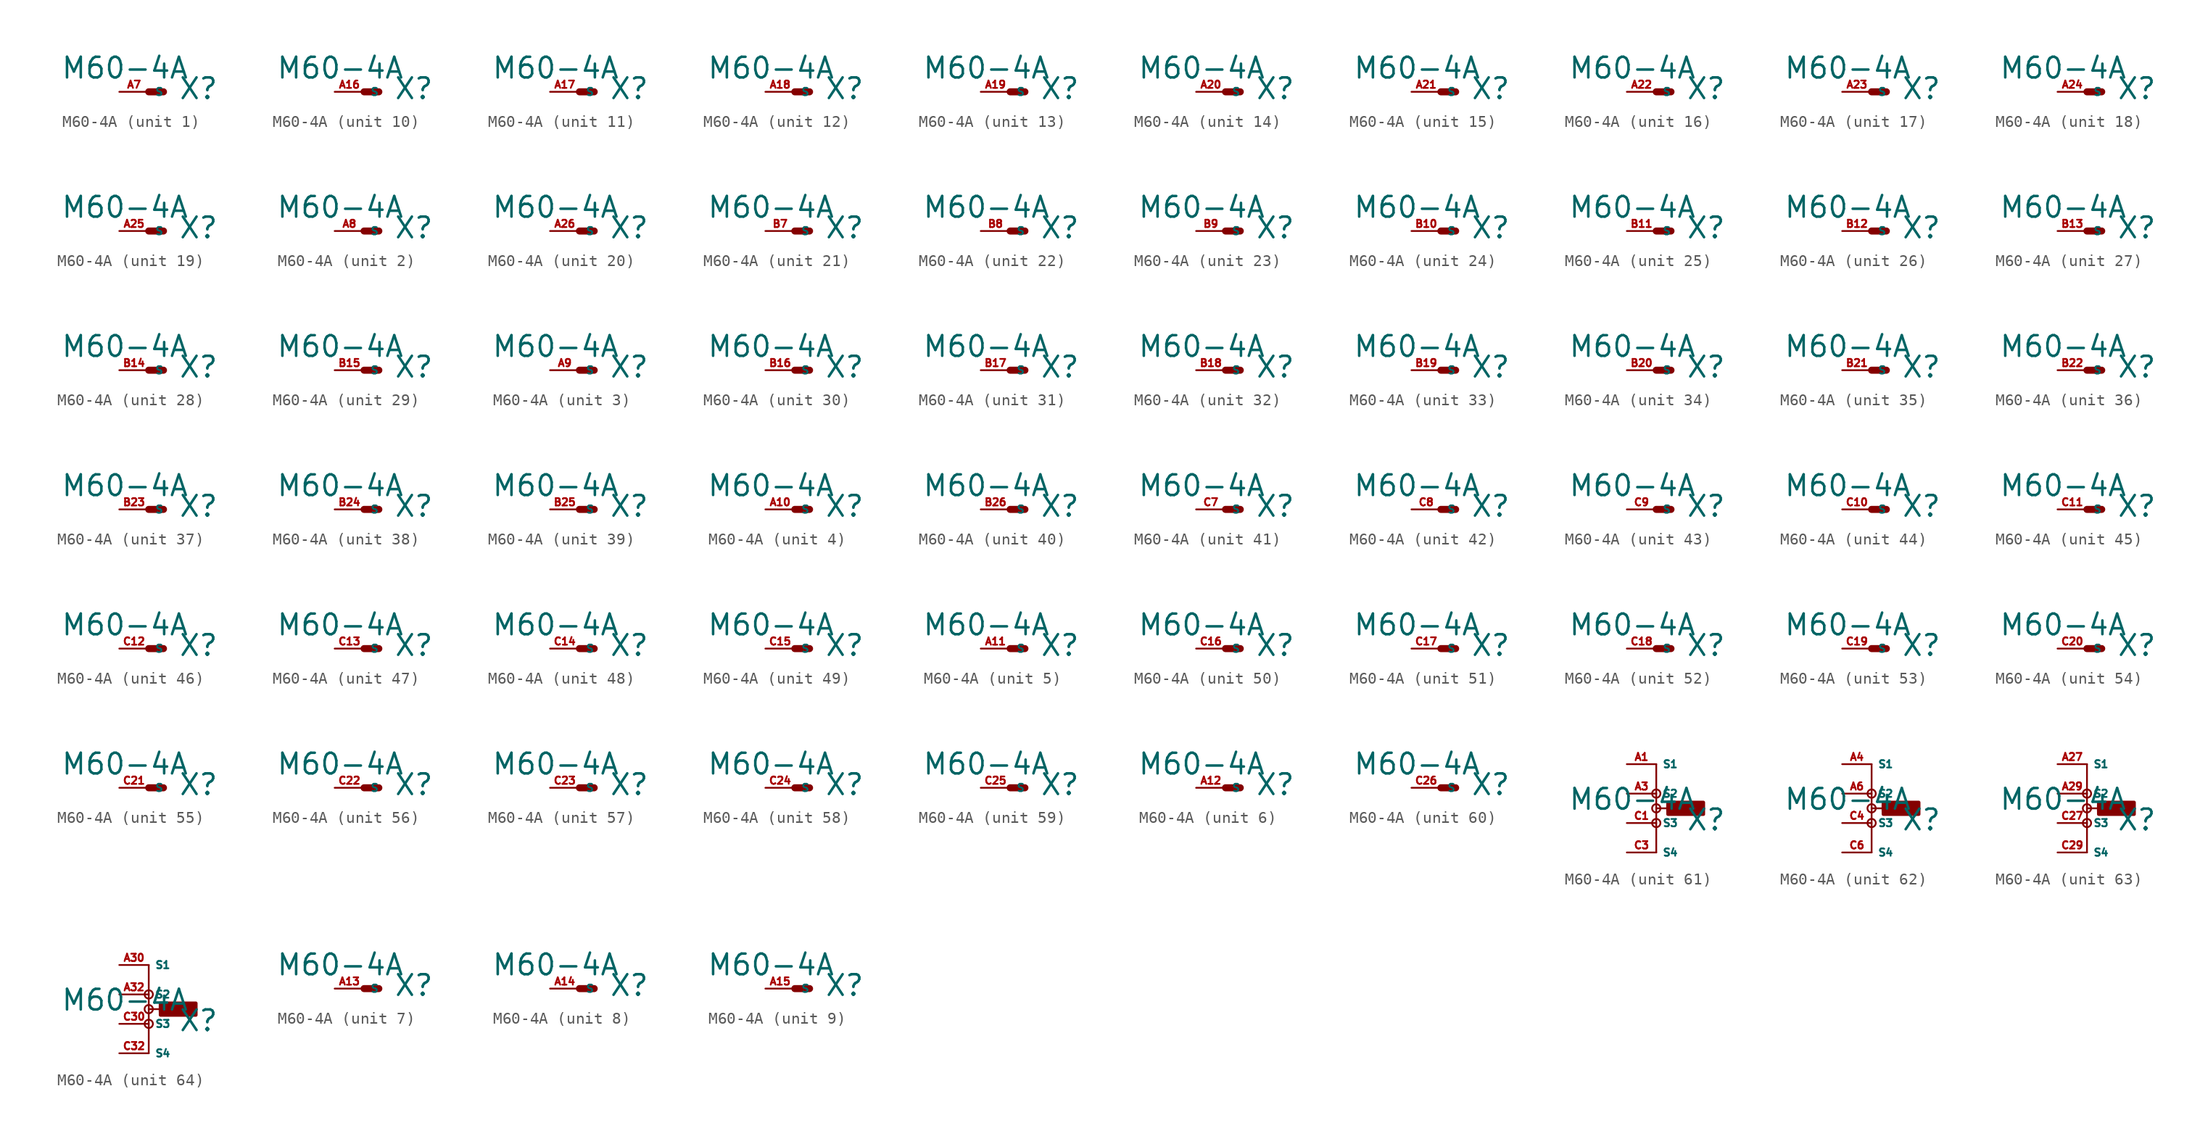
<source format=kicad_sym>
(kicad_symbol_lib
  (version 20220914)
  (generator Eagle2Kicad)
  (symbol "M60-4A"
    (property "Reference" "X"
      (at 2.54 -0.762 0)
      (effects (font (size 1.778 1.778) (thickness 0.22)) (justify left bottom)))
    (property "Value" "M60-4A"
      (at -7.62 1.016 0)
      (effects (font (size 1.778 1.778) (thickness 0.22)) (justify left bottom)))
    (symbol "M60-4A_1_0"
      (polyline (pts (xy 0 0) (xy 1.27 0)) (stroke (width 0.61) (type default)) (fill (type none)))
      (pin passive line (at -2.54 0 0) (length 2.54) (name "S" (effects (font (size 0.635 0.635) (thickness 0.08)) (justify left bottom))) (number "A7" (effects (font (size 0.635 0.635) (thickness 0.08)) (justify left bottom)))))
    (symbol "M60-4A_2_0"
      (polyline (pts (xy 0 0) (xy 1.27 0)) (stroke (width 0.61) (type default)) (fill (type none)))
      (pin passive line (at -2.54 0 0) (length 2.54) (name "S" (effects (font (size 0.635 0.635) (thickness 0.08)) (justify left bottom))) (number "A8" (effects (font (size 0.635 0.635) (thickness 0.08)) (justify left bottom)))))
    (symbol "M60-4A_3_0"
      (polyline (pts (xy 0 0) (xy 1.27 0)) (stroke (width 0.61) (type default)) (fill (type none)))
      (pin passive line (at -2.54 0 0) (length 2.54) (name "S" (effects (font (size 0.635 0.635) (thickness 0.08)) (justify left bottom))) (number "A9" (effects (font (size 0.635 0.635) (thickness 0.08)) (justify left bottom)))))
    (symbol "M60-4A_4_0"
      (polyline (pts (xy 0 0) (xy 1.27 0)) (stroke (width 0.61) (type default)) (fill (type none)))
      (pin passive line (at -2.54 0 0) (length 2.54) (name "S" (effects (font (size 0.635 0.635) (thickness 0.08)) (justify left bottom))) (number "A10" (effects (font (size 0.635 0.635) (thickness 0.08)) (justify left bottom)))))
    (symbol "M60-4A_5_0"
      (polyline (pts (xy 0 0) (xy 1.27 0)) (stroke (width 0.61) (type default)) (fill (type none)))
      (pin passive line (at -2.54 0 0) (length 2.54) (name "S" (effects (font (size 0.635 0.635) (thickness 0.08)) (justify left bottom))) (number "A11" (effects (font (size 0.635 0.635) (thickness 0.08)) (justify left bottom)))))
    (symbol "M60-4A_6_0"
      (polyline (pts (xy 0 0) (xy 1.27 0)) (stroke (width 0.61) (type default)) (fill (type none)))
      (pin passive line (at -2.54 0 0) (length 2.54) (name "S" (effects (font (size 0.635 0.635) (thickness 0.08)) (justify left bottom))) (number "A12" (effects (font (size 0.635 0.635) (thickness 0.08)) (justify left bottom)))))
    (symbol "M60-4A_7_0"
      (polyline (pts (xy 0 0) (xy 1.27 0)) (stroke (width 0.61) (type default)) (fill (type none)))
      (pin passive line (at -2.54 0 0) (length 2.54) (name "S" (effects (font (size 0.635 0.635) (thickness 0.08)) (justify left bottom))) (number "A13" (effects (font (size 0.635 0.635) (thickness 0.08)) (justify left bottom)))))
    (symbol "M60-4A_8_0"
      (polyline (pts (xy 0 0) (xy 1.27 0)) (stroke (width 0.61) (type default)) (fill (type none)))
      (pin passive line (at -2.54 0 0) (length 2.54) (name "S" (effects (font (size 0.635 0.635) (thickness 0.08)) (justify left bottom))) (number "A14" (effects (font (size 0.635 0.635) (thickness 0.08)) (justify left bottom)))))
    (symbol "M60-4A_9_0"
      (polyline (pts (xy 0 0) (xy 1.27 0)) (stroke (width 0.61) (type default)) (fill (type none)))
      (pin passive line (at -2.54 0 0) (length 2.54) (name "S" (effects (font (size 0.635 0.635) (thickness 0.08)) (justify left bottom))) (number "A15" (effects (font (size 0.635 0.635) (thickness 0.08)) (justify left bottom)))))
    (symbol "M60-4A_10_0"
      (polyline (pts (xy 0 0) (xy 1.27 0)) (stroke (width 0.61) (type default)) (fill (type none)))
      (pin passive line (at -2.54 0 0) (length 2.54) (name "S" (effects (font (size 0.635 0.635) (thickness 0.08)) (justify left bottom))) (number "A16" (effects (font (size 0.635 0.635) (thickness 0.08)) (justify left bottom)))))
    (symbol "M60-4A_11_0"
      (polyline (pts (xy 0 0) (xy 1.27 0)) (stroke (width 0.61) (type default)) (fill (type none)))
      (pin passive line (at -2.54 0 0) (length 2.54) (name "S" (effects (font (size 0.635 0.635) (thickness 0.08)) (justify left bottom))) (number "A17" (effects (font (size 0.635 0.635) (thickness 0.08)) (justify left bottom)))))
    (symbol "M60-4A_12_0"
      (polyline (pts (xy 0 0) (xy 1.27 0)) (stroke (width 0.61) (type default)) (fill (type none)))
      (pin passive line (at -2.54 0 0) (length 2.54) (name "S" (effects (font (size 0.635 0.635) (thickness 0.08)) (justify left bottom))) (number "A18" (effects (font (size 0.635 0.635) (thickness 0.08)) (justify left bottom)))))
    (symbol "M60-4A_13_0"
      (polyline (pts (xy 0 0) (xy 1.27 0)) (stroke (width 0.61) (type default)) (fill (type none)))
      (pin passive line (at -2.54 0 0) (length 2.54) (name "S" (effects (font (size 0.635 0.635) (thickness 0.08)) (justify left bottom))) (number "A19" (effects (font (size 0.635 0.635) (thickness 0.08)) (justify left bottom)))))
    (symbol "M60-4A_14_0"
      (polyline (pts (xy 0 0) (xy 1.27 0)) (stroke (width 0.61) (type default)) (fill (type none)))
      (pin passive line (at -2.54 0 0) (length 2.54) (name "S" (effects (font (size 0.635 0.635) (thickness 0.08)) (justify left bottom))) (number "A20" (effects (font (size 0.635 0.635) (thickness 0.08)) (justify left bottom)))))
    (symbol "M60-4A_15_0"
      (polyline (pts (xy 0 0) (xy 1.27 0)) (stroke (width 0.61) (type default)) (fill (type none)))
      (pin passive line (at -2.54 0 0) (length 2.54) (name "S" (effects (font (size 0.635 0.635) (thickness 0.08)) (justify left bottom))) (number "A21" (effects (font (size 0.635 0.635) (thickness 0.08)) (justify left bottom)))))
    (symbol "M60-4A_16_0"
      (polyline (pts (xy 0 0) (xy 1.27 0)) (stroke (width 0.61) (type default)) (fill (type none)))
      (pin passive line (at -2.54 0 0) (length 2.54) (name "S" (effects (font (size 0.635 0.635) (thickness 0.08)) (justify left bottom))) (number "A22" (effects (font (size 0.635 0.635) (thickness 0.08)) (justify left bottom)))))
    (symbol "M60-4A_17_0"
      (polyline (pts (xy 0 0) (xy 1.27 0)) (stroke (width 0.61) (type default)) (fill (type none)))
      (pin passive line (at -2.54 0 0) (length 2.54) (name "S" (effects (font (size 0.635 0.635) (thickness 0.08)) (justify left bottom))) (number "A23" (effects (font (size 0.635 0.635) (thickness 0.08)) (justify left bottom)))))
    (symbol "M60-4A_18_0"
      (polyline (pts (xy 0 0) (xy 1.27 0)) (stroke (width 0.61) (type default)) (fill (type none)))
      (pin passive line (at -2.54 0 0) (length 2.54) (name "S" (effects (font (size 0.635 0.635) (thickness 0.08)) (justify left bottom))) (number "A24" (effects (font (size 0.635 0.635) (thickness 0.08)) (justify left bottom)))))
    (symbol "M60-4A_19_0"
      (polyline (pts (xy 0 0) (xy 1.27 0)) (stroke (width 0.61) (type default)) (fill (type none)))
      (pin passive line (at -2.54 0 0) (length 2.54) (name "S" (effects (font (size 0.635 0.635) (thickness 0.08)) (justify left bottom))) (number "A25" (effects (font (size 0.635 0.635) (thickness 0.08)) (justify left bottom)))))
    (symbol "M60-4A_20_0"
      (polyline (pts (xy 0 0) (xy 1.27 0)) (stroke (width 0.61) (type default)) (fill (type none)))
      (pin passive line (at -2.54 0 0) (length 2.54) (name "S" (effects (font (size 0.635 0.635) (thickness 0.08)) (justify left bottom))) (number "A26" (effects (font (size 0.635 0.635) (thickness 0.08)) (justify left bottom)))))
    (symbol "M60-4A_21_0"
      (polyline (pts (xy 0 0) (xy 1.27 0)) (stroke (width 0.61) (type default)) (fill (type none)))
      (pin passive line (at -2.54 0 0) (length 2.54) (name "S" (effects (font (size 0.635 0.635) (thickness 0.08)) (justify left bottom))) (number "B7" (effects (font (size 0.635 0.635) (thickness 0.08)) (justify left bottom)))))
    (symbol "M60-4A_22_0"
      (polyline (pts (xy 0 0) (xy 1.27 0)) (stroke (width 0.61) (type default)) (fill (type none)))
      (pin passive line (at -2.54 0 0) (length 2.54) (name "S" (effects (font (size 0.635 0.635) (thickness 0.08)) (justify left bottom))) (number "B8" (effects (font (size 0.635 0.635) (thickness 0.08)) (justify left bottom)))))
    (symbol "M60-4A_23_0"
      (polyline (pts (xy 0 0) (xy 1.27 0)) (stroke (width 0.61) (type default)) (fill (type none)))
      (pin passive line (at -2.54 0 0) (length 2.54) (name "S" (effects (font (size 0.635 0.635) (thickness 0.08)) (justify left bottom))) (number "B9" (effects (font (size 0.635 0.635) (thickness 0.08)) (justify left bottom)))))
    (symbol "M60-4A_24_0"
      (polyline (pts (xy 0 0) (xy 1.27 0)) (stroke (width 0.61) (type default)) (fill (type none)))
      (pin passive line (at -2.54 0 0) (length 2.54) (name "S" (effects (font (size 0.635 0.635) (thickness 0.08)) (justify left bottom))) (number "B10" (effects (font (size 0.635 0.635) (thickness 0.08)) (justify left bottom)))))
    (symbol "M60-4A_25_0"
      (polyline (pts (xy 0 0) (xy 1.27 0)) (stroke (width 0.61) (type default)) (fill (type none)))
      (pin passive line (at -2.54 0 0) (length 2.54) (name "S" (effects (font (size 0.635 0.635) (thickness 0.08)) (justify left bottom))) (number "B11" (effects (font (size 0.635 0.635) (thickness 0.08)) (justify left bottom)))))
    (symbol "M60-4A_26_0"
      (polyline (pts (xy 0 0) (xy 1.27 0)) (stroke (width 0.61) (type default)) (fill (type none)))
      (pin passive line (at -2.54 0 0) (length 2.54) (name "S" (effects (font (size 0.635 0.635) (thickness 0.08)) (justify left bottom))) (number "B12" (effects (font (size 0.635 0.635) (thickness 0.08)) (justify left bottom)))))
    (symbol "M60-4A_27_0"
      (polyline (pts (xy 0 0) (xy 1.27 0)) (stroke (width 0.61) (type default)) (fill (type none)))
      (pin passive line (at -2.54 0 0) (length 2.54) (name "S" (effects (font (size 0.635 0.635) (thickness 0.08)) (justify left bottom))) (number "B13" (effects (font (size 0.635 0.635) (thickness 0.08)) (justify left bottom)))))
    (symbol "M60-4A_28_0"
      (polyline (pts (xy 0 0) (xy 1.27 0)) (stroke (width 0.61) (type default)) (fill (type none)))
      (pin passive line (at -2.54 0 0) (length 2.54) (name "S" (effects (font (size 0.635 0.635) (thickness 0.08)) (justify left bottom))) (number "B14" (effects (font (size 0.635 0.635) (thickness 0.08)) (justify left bottom)))))
    (symbol "M60-4A_29_0"
      (polyline (pts (xy 0 0) (xy 1.27 0)) (stroke (width 0.61) (type default)) (fill (type none)))
      (pin passive line (at -2.54 0 0) (length 2.54) (name "S" (effects (font (size 0.635 0.635) (thickness 0.08)) (justify left bottom))) (number "B15" (effects (font (size 0.635 0.635) (thickness 0.08)) (justify left bottom)))))
    (symbol "M60-4A_30_0"
      (polyline (pts (xy 0 0) (xy 1.27 0)) (stroke (width 0.61) (type default)) (fill (type none)))
      (pin passive line (at -2.54 0 0) (length 2.54) (name "S" (effects (font (size 0.635 0.635) (thickness 0.08)) (justify left bottom))) (number "B16" (effects (font (size 0.635 0.635) (thickness 0.08)) (justify left bottom)))))
    (symbol "M60-4A_31_0"
      (polyline (pts (xy 0 0) (xy 1.27 0)) (stroke (width 0.61) (type default)) (fill (type none)))
      (pin passive line (at -2.54 0 0) (length 2.54) (name "S" (effects (font (size 0.635 0.635) (thickness 0.08)) (justify left bottom))) (number "B17" (effects (font (size 0.635 0.635) (thickness 0.08)) (justify left bottom)))))
    (symbol "M60-4A_32_0"
      (polyline (pts (xy 0 0) (xy 1.27 0)) (stroke (width 0.61) (type default)) (fill (type none)))
      (pin passive line (at -2.54 0 0) (length 2.54) (name "S" (effects (font (size 0.635 0.635) (thickness 0.08)) (justify left bottom))) (number "B18" (effects (font (size 0.635 0.635) (thickness 0.08)) (justify left bottom)))))
    (symbol "M60-4A_33_0"
      (polyline (pts (xy 0 0) (xy 1.27 0)) (stroke (width 0.61) (type default)) (fill (type none)))
      (pin passive line (at -2.54 0 0) (length 2.54) (name "S" (effects (font (size 0.635 0.635) (thickness 0.08)) (justify left bottom))) (number "B19" (effects (font (size 0.635 0.635) (thickness 0.08)) (justify left bottom)))))
    (symbol "M60-4A_34_0"
      (polyline (pts (xy 0 0) (xy 1.27 0)) (stroke (width 0.61) (type default)) (fill (type none)))
      (pin passive line (at -2.54 0 0) (length 2.54) (name "S" (effects (font (size 0.635 0.635) (thickness 0.08)) (justify left bottom))) (number "B20" (effects (font (size 0.635 0.635) (thickness 0.08)) (justify left bottom)))))
    (symbol "M60-4A_35_0"
      (polyline (pts (xy 0 0) (xy 1.27 0)) (stroke (width 0.61) (type default)) (fill (type none)))
      (pin passive line (at -2.54 0 0) (length 2.54) (name "S" (effects (font (size 0.635 0.635) (thickness 0.08)) (justify left bottom))) (number "B21" (effects (font (size 0.635 0.635) (thickness 0.08)) (justify left bottom)))))
    (symbol "M60-4A_36_0"
      (polyline (pts (xy 0 0) (xy 1.27 0)) (stroke (width 0.61) (type default)) (fill (type none)))
      (pin passive line (at -2.54 0 0) (length 2.54) (name "S" (effects (font (size 0.635 0.635) (thickness 0.08)) (justify left bottom))) (number "B22" (effects (font (size 0.635 0.635) (thickness 0.08)) (justify left bottom)))))
    (symbol "M60-4A_37_0"
      (polyline (pts (xy 0 0) (xy 1.27 0)) (stroke (width 0.61) (type default)) (fill (type none)))
      (pin passive line (at -2.54 0 0) (length 2.54) (name "S" (effects (font (size 0.635 0.635) (thickness 0.08)) (justify left bottom))) (number "B23" (effects (font (size 0.635 0.635) (thickness 0.08)) (justify left bottom)))))
    (symbol "M60-4A_38_0"
      (polyline (pts (xy 0 0) (xy 1.27 0)) (stroke (width 0.61) (type default)) (fill (type none)))
      (pin passive line (at -2.54 0 0) (length 2.54) (name "S" (effects (font (size 0.635 0.635) (thickness 0.08)) (justify left bottom))) (number "B24" (effects (font (size 0.635 0.635) (thickness 0.08)) (justify left bottom)))))
    (symbol "M60-4A_39_0"
      (polyline (pts (xy 0 0) (xy 1.27 0)) (stroke (width 0.61) (type default)) (fill (type none)))
      (pin passive line (at -2.54 0 0) (length 2.54) (name "S" (effects (font (size 0.635 0.635) (thickness 0.08)) (justify left bottom))) (number "B25" (effects (font (size 0.635 0.635) (thickness 0.08)) (justify left bottom)))))
    (symbol "M60-4A_40_0"
      (polyline (pts (xy 0 0) (xy 1.27 0)) (stroke (width 0.61) (type default)) (fill (type none)))
      (pin passive line (at -2.54 0 0) (length 2.54) (name "S" (effects (font (size 0.635 0.635) (thickness 0.08)) (justify left bottom))) (number "B26" (effects (font (size 0.635 0.635) (thickness 0.08)) (justify left bottom)))))
    (symbol "M60-4A_41_0"
      (polyline (pts (xy 0 0) (xy 1.27 0)) (stroke (width 0.61) (type default)) (fill (type none)))
      (pin passive line (at -2.54 0 0) (length 2.54) (name "S" (effects (font (size 0.635 0.635) (thickness 0.08)) (justify left bottom))) (number "C7" (effects (font (size 0.635 0.635) (thickness 0.08)) (justify left bottom)))))
    (symbol "M60-4A_42_0"
      (polyline (pts (xy 0 0) (xy 1.27 0)) (stroke (width 0.61) (type default)) (fill (type none)))
      (pin passive line (at -2.54 0 0) (length 2.54) (name "S" (effects (font (size 0.635 0.635) (thickness 0.08)) (justify left bottom))) (number "C8" (effects (font (size 0.635 0.635) (thickness 0.08)) (justify left bottom)))))
    (symbol "M60-4A_43_0"
      (polyline (pts (xy 0 0) (xy 1.27 0)) (stroke (width 0.61) (type default)) (fill (type none)))
      (pin passive line (at -2.54 0 0) (length 2.54) (name "S" (effects (font (size 0.635 0.635) (thickness 0.08)) (justify left bottom))) (number "C9" (effects (font (size 0.635 0.635) (thickness 0.08)) (justify left bottom)))))
    (symbol "M60-4A_44_0"
      (polyline (pts (xy 0 0) (xy 1.27 0)) (stroke (width 0.61) (type default)) (fill (type none)))
      (pin passive line (at -2.54 0 0) (length 2.54) (name "S" (effects (font (size 0.635 0.635) (thickness 0.08)) (justify left bottom))) (number "C10" (effects (font (size 0.635 0.635) (thickness 0.08)) (justify left bottom)))))
    (symbol "M60-4A_45_0"
      (polyline (pts (xy 0 0) (xy 1.27 0)) (stroke (width 0.61) (type default)) (fill (type none)))
      (pin passive line (at -2.54 0 0) (length 2.54) (name "S" (effects (font (size 0.635 0.635) (thickness 0.08)) (justify left bottom))) (number "C11" (effects (font (size 0.635 0.635) (thickness 0.08)) (justify left bottom)))))
    (symbol "M60-4A_46_0"
      (polyline (pts (xy 0 0) (xy 1.27 0)) (stroke (width 0.61) (type default)) (fill (type none)))
      (pin passive line (at -2.54 0 0) (length 2.54) (name "S" (effects (font (size 0.635 0.635) (thickness 0.08)) (justify left bottom))) (number "C12" (effects (font (size 0.635 0.635) (thickness 0.08)) (justify left bottom)))))
    (symbol "M60-4A_47_0"
      (polyline (pts (xy 0 0) (xy 1.27 0)) (stroke (width 0.61) (type default)) (fill (type none)))
      (pin passive line (at -2.54 0 0) (length 2.54) (name "S" (effects (font (size 0.635 0.635) (thickness 0.08)) (justify left bottom))) (number "C13" (effects (font (size 0.635 0.635) (thickness 0.08)) (justify left bottom)))))
    (symbol "M60-4A_48_0"
      (polyline (pts (xy 0 0) (xy 1.27 0)) (stroke (width 0.61) (type default)) (fill (type none)))
      (pin passive line (at -2.54 0 0) (length 2.54) (name "S" (effects (font (size 0.635 0.635) (thickness 0.08)) (justify left bottom))) (number "C14" (effects (font (size 0.635 0.635) (thickness 0.08)) (justify left bottom)))))
    (symbol "M60-4A_49_0"
      (polyline (pts (xy 0 0) (xy 1.27 0)) (stroke (width 0.61) (type default)) (fill (type none)))
      (pin passive line (at -2.54 0 0) (length 2.54) (name "S" (effects (font (size 0.635 0.635) (thickness 0.08)) (justify left bottom))) (number "C15" (effects (font (size 0.635 0.635) (thickness 0.08)) (justify left bottom)))))
    (symbol "M60-4A_50_0"
      (polyline (pts (xy 0 0) (xy 1.27 0)) (stroke (width 0.61) (type default)) (fill (type none)))
      (pin passive line (at -2.54 0 0) (length 2.54) (name "S" (effects (font (size 0.635 0.635) (thickness 0.08)) (justify left bottom))) (number "C16" (effects (font (size 0.635 0.635) (thickness 0.08)) (justify left bottom)))))
    (symbol "M60-4A_51_0"
      (polyline (pts (xy 0 0) (xy 1.27 0)) (stroke (width 0.61) (type default)) (fill (type none)))
      (pin passive line (at -2.54 0 0) (length 2.54) (name "S" (effects (font (size 0.635 0.635) (thickness 0.08)) (justify left bottom))) (number "C17" (effects (font (size 0.635 0.635) (thickness 0.08)) (justify left bottom)))))
    (symbol "M60-4A_52_0"
      (polyline (pts (xy 0 0) (xy 1.27 0)) (stroke (width 0.61) (type default)) (fill (type none)))
      (pin passive line (at -2.54 0 0) (length 2.54) (name "S" (effects (font (size 0.635 0.635) (thickness 0.08)) (justify left bottom))) (number "C18" (effects (font (size 0.635 0.635) (thickness 0.08)) (justify left bottom)))))
    (symbol "M60-4A_53_0"
      (polyline (pts (xy 0 0) (xy 1.27 0)) (stroke (width 0.61) (type default)) (fill (type none)))
      (pin passive line (at -2.54 0 0) (length 2.54) (name "S" (effects (font (size 0.635 0.635) (thickness 0.08)) (justify left bottom))) (number "C19" (effects (font (size 0.635 0.635) (thickness 0.08)) (justify left bottom)))))
    (symbol "M60-4A_54_0"
      (polyline (pts (xy 0 0) (xy 1.27 0)) (stroke (width 0.61) (type default)) (fill (type none)))
      (pin passive line (at -2.54 0 0) (length 2.54) (name "S" (effects (font (size 0.635 0.635) (thickness 0.08)) (justify left bottom))) (number "C20" (effects (font (size 0.635 0.635) (thickness 0.08)) (justify left bottom)))))
    (symbol "M60-4A_55_0"
      (polyline (pts (xy 0 0) (xy 1.27 0)) (stroke (width 0.61) (type default)) (fill (type none)))
      (pin passive line (at -2.54 0 0) (length 2.54) (name "S" (effects (font (size 0.635 0.635) (thickness 0.08)) (justify left bottom))) (number "C21" (effects (font (size 0.635 0.635) (thickness 0.08)) (justify left bottom)))))
    (symbol "M60-4A_56_0"
      (polyline (pts (xy 0 0) (xy 1.27 0)) (stroke (width 0.61) (type default)) (fill (type none)))
      (pin passive line (at -2.54 0 0) (length 2.54) (name "S" (effects (font (size 0.635 0.635) (thickness 0.08)) (justify left bottom))) (number "C22" (effects (font (size 0.635 0.635) (thickness 0.08)) (justify left bottom)))))
    (symbol "M60-4A_57_0"
      (polyline (pts (xy 0 0) (xy 1.27 0)) (stroke (width 0.61) (type default)) (fill (type none)))
      (pin passive line (at -2.54 0 0) (length 2.54) (name "S" (effects (font (size 0.635 0.635) (thickness 0.08)) (justify left bottom))) (number "C23" (effects (font (size 0.635 0.635) (thickness 0.08)) (justify left bottom)))))
    (symbol "M60-4A_58_0"
      (polyline (pts (xy 0 0) (xy 1.27 0)) (stroke (width 0.61) (type default)) (fill (type none)))
      (pin passive line (at -2.54 0 0) (length 2.54) (name "S" (effects (font (size 0.635 0.635) (thickness 0.08)) (justify left bottom))) (number "C24" (effects (font (size 0.635 0.635) (thickness 0.08)) (justify left bottom)))))
    (symbol "M60-4A_59_0"
      (polyline (pts (xy 0 0) (xy 1.27 0)) (stroke (width 0.61) (type default)) (fill (type none)))
      (pin passive line (at -2.54 0 0) (length 2.54) (name "S" (effects (font (size 0.635 0.635) (thickness 0.08)) (justify left bottom))) (number "C25" (effects (font (size 0.635 0.635) (thickness 0.08)) (justify left bottom)))))
    (symbol "M60-4A_60_0"
      (polyline (pts (xy 0 0) (xy 1.27 0)) (stroke (width 0.61) (type default)) (fill (type none)))
      (pin passive line (at -2.54 0 0) (length 2.54) (name "S" (effects (font (size 0.635 0.635) (thickness 0.08)) (justify left bottom))) (number "C26" (effects (font (size 0.635 0.635) (thickness 0.08)) (justify left bottom)))))
    (symbol "M60-4A_61_0"
      (polyline (pts (xy 0 5.08) (xy 0 1.27)) (stroke (width 0.152) (type default)) (fill (type none)))
      (polyline (pts (xy 0 1.27) (xy 0 -2.54)) (stroke (width 0.152) (type default)) (fill (type none)))
      (polyline (pts (xy 0 1.27) (xy 1.27 1.27)) (stroke (width 0.152) (type default)) (fill (type none)))
      (circle (center 0 2.54) (radius 0.359) (stroke (width 0) (type default)) (fill (type none)))
      (circle (center 0 0) (radius 0.359) (stroke (width 0) (type default)) (fill (type none)))
      (circle (center 0 1.27) (radius 0.359) (stroke (width 0) (type default)) (fill (type none)))
      (rectangle (start 1.016 1.016) (end 3.81 1.651) (stroke (width 0.3) (type default)) (fill (type outline)))
      (rectangle (start 1.016 1.016) (end 3.81 1.651) (stroke (width 0.3) (type default)) (fill (type outline)))
      (rectangle (start 1.016 1.016) (end 3.81 1.524) (stroke (width 0.3) (type default)) (fill (type outline)))
      (rectangle (start 1.016 0.762) (end 4.064 1.778) (stroke (width 0.3) (type default)) (fill (type outline)))
      (pin passive line (at -2.54 5.08 0) (length 2.54) (name "S1" (effects (font (size 0.635 0.635) (thickness 0.08)) (justify left bottom))) (number "A1" (effects (font (size 0.635 0.635) (thickness 0.08)) (justify left bottom))))
      (pin passive line (at -2.54 2.54 0) (length 2.54) (name "S2" (effects (font (size 0.635 0.635) (thickness 0.08)) (justify left bottom))) (number "A3" (effects (font (size 0.635 0.635) (thickness 0.08)) (justify left bottom))))
      (pin passive line (at -2.54 0 0) (length 2.54) (name "S3" (effects (font (size 0.635 0.635) (thickness 0.08)) (justify left bottom))) (number "C1" (effects (font (size 0.635 0.635) (thickness 0.08)) (justify left bottom))))
      (pin passive line (at -2.54 -2.54 0) (length 2.54) (name "S4" (effects (font (size 0.635 0.635) (thickness 0.08)) (justify left bottom))) (number "C3" (effects (font (size 0.635 0.635) (thickness 0.08)) (justify left bottom)))))
    (symbol "M60-4A_62_0"
      (polyline (pts (xy 0 5.08) (xy 0 1.27)) (stroke (width 0.152) (type default)) (fill (type none)))
      (polyline (pts (xy 0 1.27) (xy 0 -2.54)) (stroke (width 0.152) (type default)) (fill (type none)))
      (polyline (pts (xy 0 1.27) (xy 1.27 1.27)) (stroke (width 0.152) (type default)) (fill (type none)))
      (circle (center 0 2.54) (radius 0.359) (stroke (width 0) (type default)) (fill (type none)))
      (circle (center 0 0) (radius 0.359) (stroke (width 0) (type default)) (fill (type none)))
      (circle (center 0 1.27) (radius 0.359) (stroke (width 0) (type default)) (fill (type none)))
      (rectangle (start 1.016 1.016) (end 3.81 1.651) (stroke (width 0.3) (type default)) (fill (type outline)))
      (rectangle (start 1.016 1.016) (end 3.81 1.651) (stroke (width 0.3) (type default)) (fill (type outline)))
      (rectangle (start 1.016 1.016) (end 3.81 1.524) (stroke (width 0.3) (type default)) (fill (type outline)))
      (rectangle (start 1.016 0.762) (end 4.064 1.778) (stroke (width 0.3) (type default)) (fill (type outline)))
      (pin passive line (at -2.54 5.08 0) (length 2.54) (name "S1" (effects (font (size 0.635 0.635) (thickness 0.08)) (justify left bottom))) (number "A4" (effects (font (size 0.635 0.635) (thickness 0.08)) (justify left bottom))))
      (pin passive line (at -2.54 2.54 0) (length 2.54) (name "S2" (effects (font (size 0.635 0.635) (thickness 0.08)) (justify left bottom))) (number "A6" (effects (font (size 0.635 0.635) (thickness 0.08)) (justify left bottom))))
      (pin passive line (at -2.54 0 0) (length 2.54) (name "S3" (effects (font (size 0.635 0.635) (thickness 0.08)) (justify left bottom))) (number "C4" (effects (font (size 0.635 0.635) (thickness 0.08)) (justify left bottom))))
      (pin passive line (at -2.54 -2.54 0) (length 2.54) (name "S4" (effects (font (size 0.635 0.635) (thickness 0.08)) (justify left bottom))) (number "C6" (effects (font (size 0.635 0.635) (thickness 0.08)) (justify left bottom)))))
    (symbol "M60-4A_63_0"
      (polyline (pts (xy 0 5.08) (xy 0 1.27)) (stroke (width 0.152) (type default)) (fill (type none)))
      (polyline (pts (xy 0 1.27) (xy 0 -2.54)) (stroke (width 0.152) (type default)) (fill (type none)))
      (polyline (pts (xy 0 1.27) (xy 1.27 1.27)) (stroke (width 0.152) (type default)) (fill (type none)))
      (circle (center 0 2.54) (radius 0.359) (stroke (width 0) (type default)) (fill (type none)))
      (circle (center 0 0) (radius 0.359) (stroke (width 0) (type default)) (fill (type none)))
      (circle (center 0 1.27) (radius 0.359) (stroke (width 0) (type default)) (fill (type none)))
      (rectangle (start 1.016 1.016) (end 3.81 1.651) (stroke (width 0.3) (type default)) (fill (type outline)))
      (rectangle (start 1.016 1.016) (end 3.81 1.651) (stroke (width 0.3) (type default)) (fill (type outline)))
      (rectangle (start 1.016 1.016) (end 3.81 1.524) (stroke (width 0.3) (type default)) (fill (type outline)))
      (rectangle (start 1.016 0.762) (end 4.064 1.778) (stroke (width 0.3) (type default)) (fill (type outline)))
      (pin passive line (at -2.54 5.08 0) (length 2.54) (name "S1" (effects (font (size 0.635 0.635) (thickness 0.08)) (justify left bottom))) (number "A27" (effects (font (size 0.635 0.635) (thickness 0.08)) (justify left bottom))))
      (pin passive line (at -2.54 2.54 0) (length 2.54) (name "S2" (effects (font (size 0.635 0.635) (thickness 0.08)) (justify left bottom))) (number "A29" (effects (font (size 0.635 0.635) (thickness 0.08)) (justify left bottom))))
      (pin passive line (at -2.54 0 0) (length 2.54) (name "S3" (effects (font (size 0.635 0.635) (thickness 0.08)) (justify left bottom))) (number "C27" (effects (font (size 0.635 0.635) (thickness 0.08)) (justify left bottom))))
      (pin passive line (at -2.54 -2.54 0) (length 2.54) (name "S4" (effects (font (size 0.635 0.635) (thickness 0.08)) (justify left bottom))) (number "C29" (effects (font (size 0.635 0.635) (thickness 0.08)) (justify left bottom)))))
    (symbol "M60-4A_64_0"
      (polyline (pts (xy 0 5.08) (xy 0 1.27)) (stroke (width 0.152) (type default)) (fill (type none)))
      (polyline (pts (xy 0 1.27) (xy 0 -2.54)) (stroke (width 0.152) (type default)) (fill (type none)))
      (polyline (pts (xy 0 1.27) (xy 1.27 1.27)) (stroke (width 0.152) (type default)) (fill (type none)))
      (circle (center 0 2.54) (radius 0.359) (stroke (width 0) (type default)) (fill (type none)))
      (circle (center 0 0) (radius 0.359) (stroke (width 0) (type default)) (fill (type none)))
      (circle (center 0 1.27) (radius 0.359) (stroke (width 0) (type default)) (fill (type none)))
      (rectangle (start 1.016 1.016) (end 3.81 1.651) (stroke (width 0.3) (type default)) (fill (type outline)))
      (rectangle (start 1.016 1.016) (end 3.81 1.651) (stroke (width 0.3) (type default)) (fill (type outline)))
      (rectangle (start 1.016 1.016) (end 3.81 1.524) (stroke (width 0.3) (type default)) (fill (type outline)))
      (rectangle (start 1.016 0.762) (end 4.064 1.778) (stroke (width 0.3) (type default)) (fill (type outline)))
      (pin passive line (at -2.54 5.08 0) (length 2.54) (name "S1" (effects (font (size 0.635 0.635) (thickness 0.08)) (justify left bottom))) (number "A30" (effects (font (size 0.635 0.635) (thickness 0.08)) (justify left bottom))))
      (pin passive line (at -2.54 2.54 0) (length 2.54) (name "S2" (effects (font (size 0.635 0.635) (thickness 0.08)) (justify left bottom))) (number "A32" (effects (font (size 0.635 0.635) (thickness 0.08)) (justify left bottom))))
      (pin passive line (at -2.54 0 0) (length 2.54) (name "S3" (effects (font (size 0.635 0.635) (thickness 0.08)) (justify left bottom))) (number "C30" (effects (font (size 0.635 0.635) (thickness 0.08)) (justify left bottom))))
      (pin passive line (at -2.54 -2.54 0) (length 2.54) (name "S4" (effects (font (size 0.635 0.635) (thickness 0.08)) (justify left bottom))) (number "C32" (effects (font (size 0.635 0.635) (thickness 0.08)) (justify left bottom)))))))
</source>
